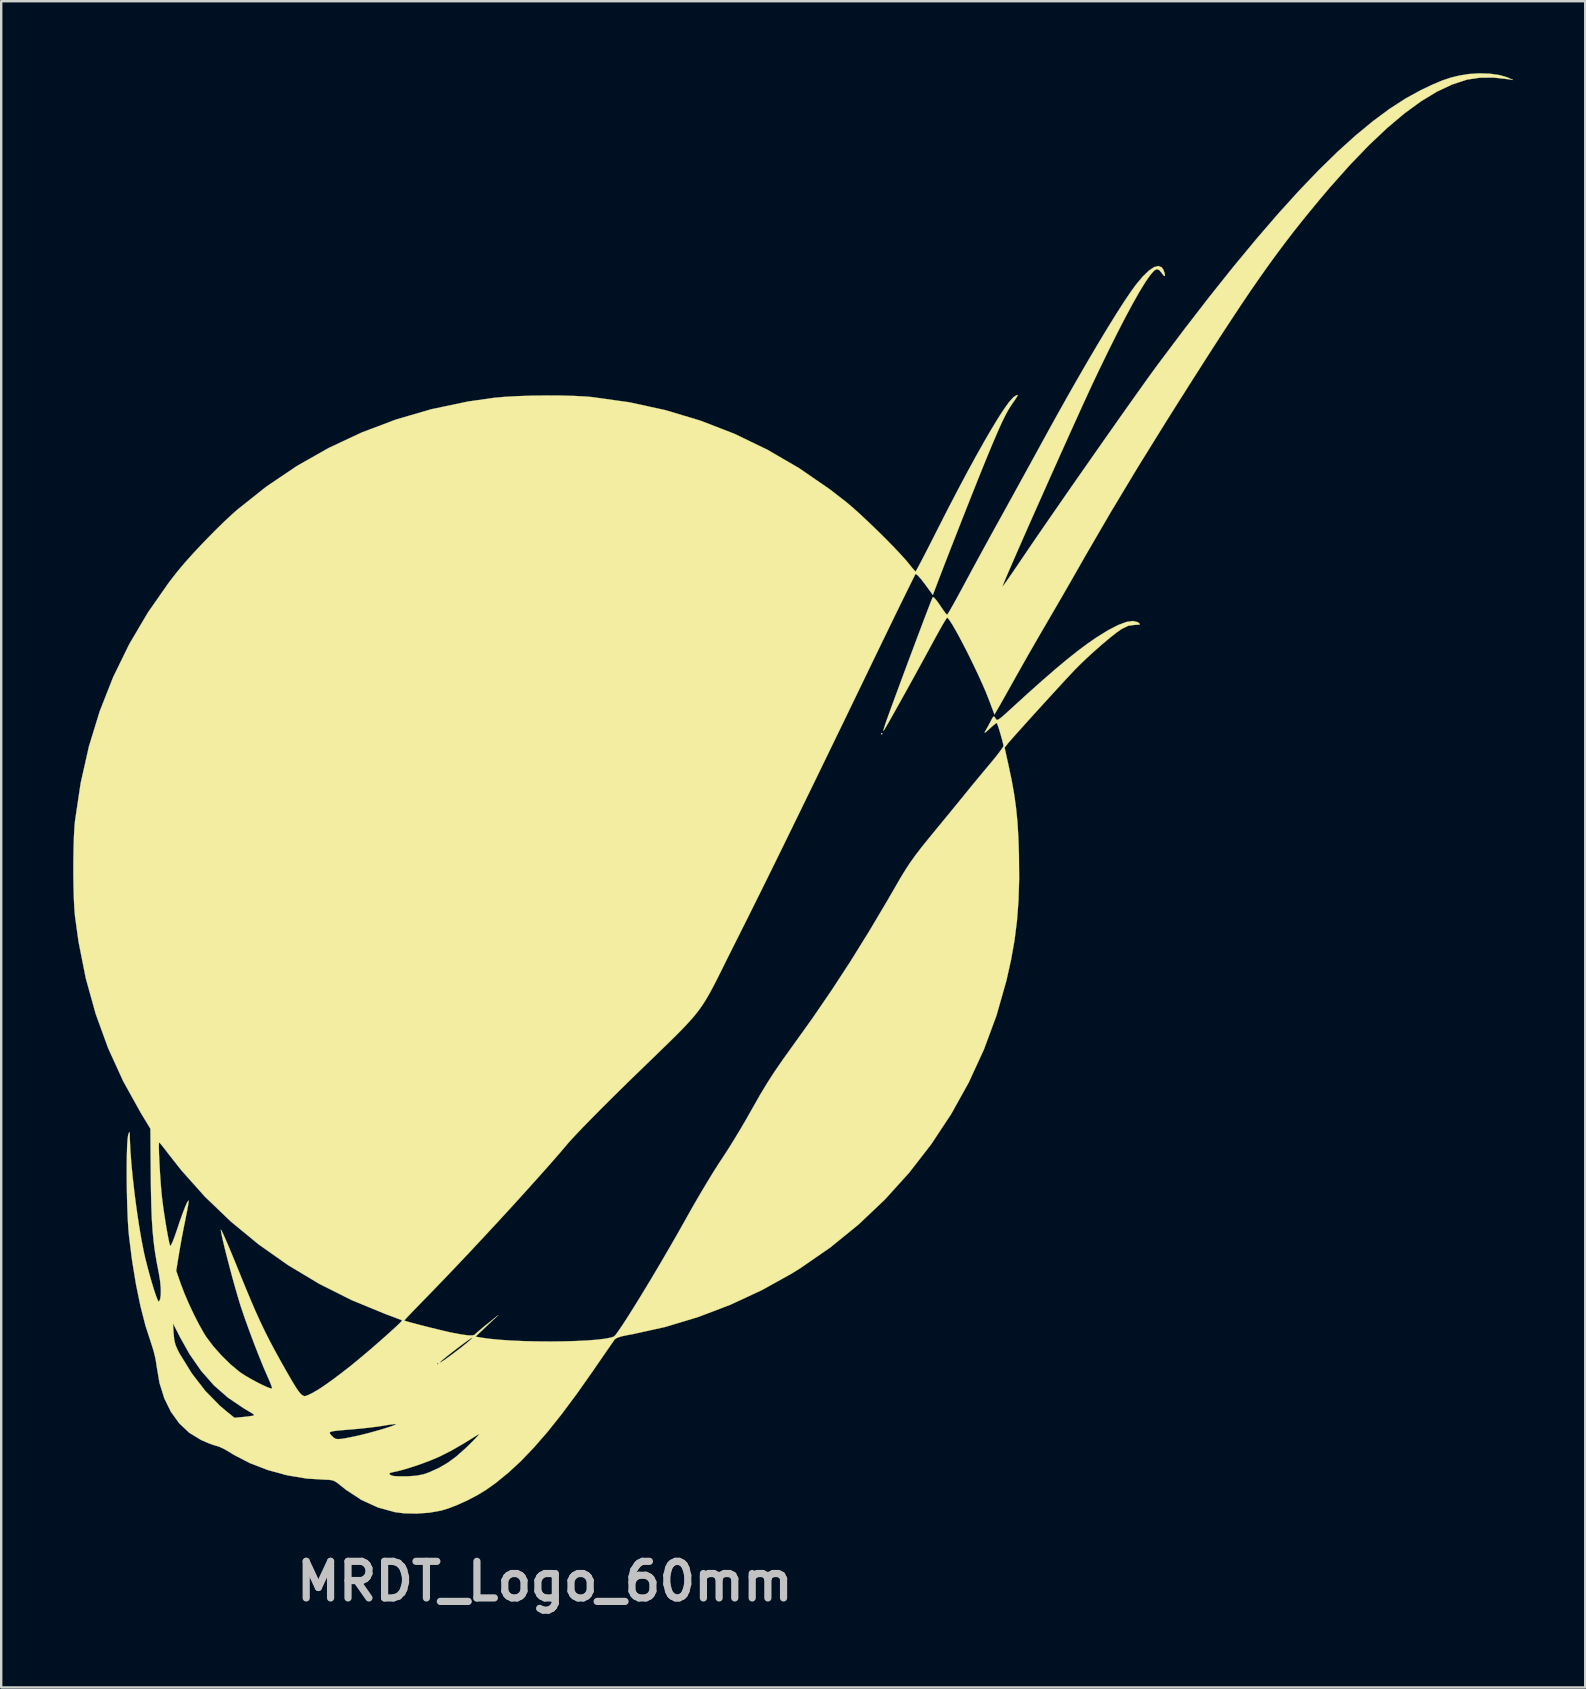
<source format=kicad_pcb>
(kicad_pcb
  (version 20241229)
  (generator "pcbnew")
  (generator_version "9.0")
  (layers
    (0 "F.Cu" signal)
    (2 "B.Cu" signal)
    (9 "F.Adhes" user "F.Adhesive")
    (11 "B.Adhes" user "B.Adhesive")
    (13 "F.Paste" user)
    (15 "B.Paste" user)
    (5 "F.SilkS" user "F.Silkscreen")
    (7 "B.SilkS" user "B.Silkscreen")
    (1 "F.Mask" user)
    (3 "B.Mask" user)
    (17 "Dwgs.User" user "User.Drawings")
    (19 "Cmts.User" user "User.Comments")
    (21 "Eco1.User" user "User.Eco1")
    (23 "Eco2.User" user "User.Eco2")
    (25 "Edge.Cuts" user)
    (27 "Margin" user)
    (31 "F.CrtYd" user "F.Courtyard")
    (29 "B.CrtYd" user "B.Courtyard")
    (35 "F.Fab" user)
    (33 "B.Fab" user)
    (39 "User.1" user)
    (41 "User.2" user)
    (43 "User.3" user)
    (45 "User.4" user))
  (footprint "MRDT_Logo_60mm"
    (layer "F.Cu")
    (at 29.985 30.006)
    (property "Reference" "MRDT_Logo_60mm" (at -10.338 32.817 0) (layer "Dwgs.User") (effects (font (size 1.524 1.524) (thickness 0.3))))
    (attr through_hole)
    (fp_poly (pts (xy 3.723 -2.492) (xy 3.693 -2.462) (xy 3.663 -2.492) (xy 3.693 -2.522) (xy 3.723 -2.492)) (stroke (width 0.01) (type solid)) (fill yes) (layer "F.SilkS"))
    (fp_poly (pts (xy 29.036 -29.985) (xy 29.429 -29.928) (xy 29.749 -29.835) (xy 29.798 -29.814) (xy 29.994 -29.723) (xy 29.813 -29.753) (xy 29.187 -29.824) (xy 28.599 -29.819) (xy 28.078 -29.74) (xy 28.057 -29.734) (xy 27.45 -29.535) (xy 26.817 -29.236) (xy 26.157 -28.835) (xy 25.467 -28.332) (xy 24.745 -27.724) (xy 23.989 -27.009) (xy 23.196 -26.186) (xy 22.365 -25.253) (xy 21.951 -24.765) (xy 21.568 -24.301) (xy 21.201 -23.85) (xy 20.846 -23.401) (xy 20.497 -22.947) (xy 20.147 -22.48) (xy 19.792 -21.991) (xy 19.425 -21.473) (xy 19.04 -20.916) (xy 18.633 -20.312) (xy 18.197 -19.653) (xy 17.726 -18.932) (xy 17.215 -18.138) (xy 16.658 -17.265) (xy 16.049 -16.304) (xy 15.537 -15.492) (xy 14.37 -13.61) (xy 13.247 -11.745) (xy 12.188 -9.926) (xy 11.921 -9.457) (xy 11.68 -9.035) (xy 11.401 -8.548) (xy 11.106 -8.038) (xy 10.819 -7.544) (xy 10.568 -7.113) (xy 10.317 -6.684) (xy 10.042 -6.208) (xy 9.764 -5.723) (xy 9.505 -5.266) (xy 9.284 -4.874) (xy 9.277 -4.862) (xy 9.087 -4.521) (xy 8.906 -4.199) (xy 8.748 -3.917) (xy 8.623 -3.696) (xy 8.544 -3.558) (xy 8.541 -3.554) (xy 8.39 -3.294) (xy 8.157 -3.914) (xy 8.035 -4.22) (xy 7.883 -4.572) (xy 7.709 -4.955) (xy 7.52 -5.353) (xy 7.325 -5.752) (xy 7.13 -6.136) (xy 6.944 -6.491) (xy 6.773 -6.802) (xy 6.627 -7.053) (xy 6.511 -7.231) (xy 6.435 -7.319) (xy 6.418 -7.326) (xy 6.378 -7.276) (xy 6.291 -7.136) (xy 6.168 -6.925) (xy 6.019 -6.659) (xy 5.883 -6.41) (xy 5.663 -6.005) (xy 5.428 -5.573) (xy 5.183 -5.127) (xy 4.937 -4.68) (xy 4.697 -4.246) (xy 4.469 -3.837) (xy 4.262 -3.466) (xy 4.081 -3.145) (xy 3.935 -2.889) (xy 3.831 -2.709) (xy 3.775 -2.619) (xy 3.77 -2.612) (xy 3.766 -2.638) (xy 3.798 -2.757) (xy 3.86 -2.947) (xy 3.922 -3.122) (xy 4.072 -3.536) (xy 4.239 -3.992) (xy 4.419 -4.478) (xy 4.605 -4.981) (xy 4.794 -5.488) (xy 4.981 -5.987) (xy 5.16 -6.465) (xy 5.328 -6.91) (xy 5.478 -7.308) (xy 5.608 -7.647) (xy 5.711 -7.913) (xy 5.783 -8.096) (xy 5.82 -8.18) (xy 5.822 -8.184) (xy 5.873 -8.161) (xy 5.968 -8.056) (xy 6.089 -7.89) (xy 6.123 -7.839) (xy 6.248 -7.654) (xy 6.35 -7.516) (xy 6.411 -7.45) (xy 6.417 -7.448) (xy 6.455 -7.499) (xy 6.541 -7.641) (xy 6.665 -7.859) (xy 6.82 -8.138) (xy 6.996 -8.463) (xy 7.086 -8.63) (xy 7.296 -9.021) (xy 7.548 -9.487) (xy 7.824 -9.995) (xy 8.108 -10.514) (xy 8.382 -11.014) (xy 8.549 -11.315) (xy 8.791 -11.753) (xy 9.075 -12.268) (xy 9.386 -12.833) (xy 9.709 -13.42) (xy 10.028 -14.002) (xy 10.328 -14.55) (xy 10.433 -14.742) (xy 10.919 -15.624) (xy 11.397 -16.478) (xy 11.861 -17.293) (xy 12.306 -18.061) (xy 12.727 -18.774) (xy 13.119 -19.423) (xy 13.476 -19.999) (xy 13.793 -20.494) (xy 14.066 -20.898) (xy 14.271 -21.182) (xy 14.56 -21.529) (xy 14.817 -21.779) (xy 15.038 -21.929) (xy 15.22 -21.976) (xy 15.358 -21.919) (xy 15.423 -21.824) (xy 15.482 -21.664) (xy 15.492 -21.57) (xy 15.458 -21.557) (xy 15.386 -21.642) (xy 15.37 -21.666) (xy 15.254 -21.807) (xy 15.147 -21.846) (xy 15.145 -21.846) (xy 15.032 -21.774) (xy 14.876 -21.594) (xy 14.678 -21.31) (xy 14.441 -20.924) (xy 14.166 -20.441) (xy 13.855 -19.864) (xy 13.51 -19.195) (xy 13.132 -18.439) (xy 12.725 -17.599) (xy 12.58 -17.294) (xy 12.437 -16.989) (xy 12.262 -16.611) (xy 12.06 -16.17) (xy 11.836 -15.676) (xy 11.593 -15.14) (xy 11.336 -14.569) (xy 11.069 -13.976) (xy 10.797 -13.369) (xy 10.525 -12.758) (xy 10.256 -12.154) (xy 9.995 -11.566) (xy 9.746 -11.004) (xy 9.514 -10.477) (xy 9.304 -9.997) (xy 9.119 -9.572) (xy 8.963 -9.213) (xy 8.843 -8.929) (xy 8.761 -8.731) (xy 8.722 -8.627) (xy 8.72 -8.615) (xy 8.756 -8.658) (xy 8.851 -8.787) (xy 8.993 -8.99) (xy 9.174 -9.252) (xy 9.384 -9.561) (xy 9.548 -9.803) (xy 9.82 -10.205) (xy 10.142 -10.677) (xy 10.507 -11.207) (xy 10.905 -11.783) (xy 11.328 -12.394) (xy 11.768 -13.027) (xy 12.218 -13.671) (xy 12.668 -14.315) (xy 13.111 -14.946) (xy 13.537 -15.552) (xy 13.94 -16.123) (xy 14.311 -16.645) (xy 14.641 -17.108) (xy 14.923 -17.5) (xy 15.147 -17.808) (xy 15.211 -17.894) (xy 16.307 -19.352) (xy 17.352 -20.704) (xy 18.349 -21.953) (xy 19.3 -23.101) (xy 20.206 -24.152) (xy 21.071 -25.106) (xy 21.896 -25.967) (xy 22.684 -26.736) (xy 23.438 -27.417) (xy 24.158 -28.011) (xy 24.848 -28.522) (xy 25.51 -28.95) (xy 26.146 -29.299) (xy 26.151 -29.301) (xy 26.625 -29.527) (xy 27.028 -29.697) (xy 27.391 -29.821) (xy 27.742 -29.907) (xy 28.111 -29.967) (xy 28.175 -29.975) (xy 28.606 -30.001) (xy 29.036 -29.985)) (stroke (width 0.01) (type solid)) (fill yes) (layer "F.SilkS"))
    (fp_poly (pts (xy 9.357 -16.597) (xy 9.325 -16.525) (xy 9.223 -16.371) (xy 9.164 -16.288) (xy 9.054 -16.126) (xy 8.947 -15.948) (xy 8.835 -15.74) (xy 8.711 -15.488) (xy 8.57 -15.178) (xy 8.404 -14.794) (xy 8.206 -14.324) (xy 8.03 -13.899) (xy 7.881 -13.531) (xy 7.696 -13.072) (xy 7.485 -12.541) (xy 7.254 -11.96) (xy 7.013 -11.347) (xy 6.769 -10.725) (xy 6.529 -10.112) (xy 6.303 -9.53) (xy 6.098 -8.998) (xy 5.923 -8.538) (xy 5.888 -8.445) (xy 5.823 -8.274) (xy 5.486 -8.735) (xy 5.337 -8.928) (xy 5.211 -9.07) (xy 5.126 -9.144) (xy 5.102 -9.147) (xy 5.068 -9.085) (xy 4.987 -8.925) (xy 4.863 -8.675) (xy 4.7 -8.343) (xy 4.502 -7.94) (xy 4.275 -7.475) (xy 4.023 -6.956) (xy 3.75 -6.392) (xy 3.46 -5.794) (xy 3.344 -5.554) (xy 2.679 -4.177) (xy 2.062 -2.9) (xy 1.488 -1.717) (xy 0.956 -0.62) (xy 0.46 0.398) (xy -0.002 1.346) (xy -0.434 2.229) (xy -0.84 3.056) (xy -1.224 3.835) (xy -1.589 4.572) (xy -1.939 5.275) (xy -2.278 5.951) (xy -2.47 6.335) (xy -2.732 6.857) (xy -2.955 7.306) (xy -3.147 7.692) (xy -3.318 8.026) (xy -3.474 8.316) (xy -3.624 8.575) (xy -3.775 8.812) (xy -3.935 9.038) (xy -4.113 9.263) (xy -4.317 9.496) (xy -4.553 9.75) (xy -4.831 10.033) (xy -5.158 10.356) (xy -5.541 10.729) (xy -5.99 11.163) (xy -6.512 11.669) (xy -6.755 11.905) (xy -7.195 12.335) (xy -7.625 12.76) (xy -8.034 13.169) (xy -8.411 13.55) (xy -8.745 13.893) (xy -9.024 14.185) (xy -9.238 14.415) (xy -9.363 14.556) (xy -9.702 14.955) (xy -10.113 15.426) (xy -10.584 15.956) (xy -11.103 16.533) (xy -11.657 17.144) (xy -12.236 17.775) (xy -12.827 18.413) (xy -13.418 19.046) (xy -13.997 19.659) (xy -14.551 20.24) (xy -15.07 20.777) (xy -15.154 20.864) (xy -15.441 21.158) (xy -15.698 21.423) (xy -15.912 21.645) (xy -16.073 21.815) (xy -16.171 21.921) (xy -16.195 21.951) (xy -16.122 21.977) (xy -15.954 22.025) (xy -15.717 22.089) (xy -15.433 22.163) (xy -15.126 22.241) (xy -14.82 22.316) (xy -14.537 22.384) (xy -14.301 22.438) (xy -14.21 22.457) (xy -13.824 22.53) (xy -13.544 22.568) (xy -13.359 22.572) (xy -13.261 22.544) (xy -13.247 22.528) (xy -13.19 22.472) (xy -13.06 22.359) (xy -12.879 22.209) (xy -12.748 22.103) (xy -12.28 21.727) (xy -12.754 22.174) (xy -13.227 22.621) (xy -13.024 22.658) (xy -12.663 22.71) (xy -12.23 22.752) (xy -11.742 22.785) (xy -11.215 22.808) (xy -10.666 22.821) (xy -10.11 22.825) (xy -9.565 22.819) (xy -9.047 22.804) (xy -8.571 22.781) (xy -8.155 22.748) (xy -7.815 22.706) (xy -7.567 22.656) (xy -7.46 22.617) (xy -7.391 22.546) (xy -7.27 22.381) (xy -7.102 22.134) (xy -6.894 21.813) (xy -6.653 21.431) (xy -6.385 20.997) (xy -6.096 20.523) (xy -5.793 20.018) (xy -5.483 19.494) (xy -5.172 18.96) (xy -4.866 18.429) (xy -4.572 17.91) (xy -4.412 17.624) (xy -4.159 17.175) (xy -3.887 16.707) (xy -3.612 16.245) (xy -3.351 15.816) (xy -3.118 15.447) (xy -2.97 15.222) (xy -2.748 14.884) (xy -2.491 14.473) (xy -2.218 14.022) (xy -1.95 13.566) (xy -1.707 13.138) (xy -1.682 13.094) (xy -1.384 12.567) (xy -1.09 12.079) (xy -0.781 11.599) (xy -0.434 11.094) (xy -0.038 10.542) (xy 0.811 9.356) (xy 1.613 8.184) (xy 2.387 6.998) (xy 3.151 5.768) (xy 3.925 4.466) (xy 4.285 3.843) (xy 4.5 3.472) (xy 4.697 3.152) (xy 4.891 2.858) (xy 5.102 2.564) (xy 5.346 2.246) (xy 5.642 1.878) (xy 5.853 1.621) (xy 6.144 1.268) (xy 6.433 0.916) (xy 6.704 0.585) (xy 6.941 0.295) (xy 7.128 0.066) (xy 7.205 -0.03) (xy 7.392 -0.26) (xy 7.628 -0.547) (xy 7.886 -0.858) (xy 8.137 -1.159) (xy 8.179 -1.209) (xy 8.384 -1.456) (xy 8.557 -1.676) (xy 8.686 -1.849) (xy 8.757 -1.958) (xy 8.767 -1.983) (xy 8.751 -2.073) (xy 8.71 -2.237) (xy 8.653 -2.439) (xy 8.593 -2.644) (xy 8.537 -2.818) (xy 8.498 -2.923) (xy 8.489 -2.939) (xy 8.437 -2.914) (xy 8.324 -2.825) (xy 8.184 -2.698) (xy 8.046 -2.574) (xy 7.981 -2.532) (xy 7.993 -2.577) (xy 7.997 -2.582) (xy 8.081 -2.728) (xy 8.184 -2.92) (xy 8.225 -2.999) (xy 8.307 -3.153) (xy 8.357 -3.212) (xy 8.396 -3.192) (xy 8.431 -3.133) (xy 8.463 -3.084) (xy 8.504 -3.067) (xy 8.569 -3.092) (xy 8.673 -3.169) (xy 8.832 -3.307) (xy 9.061 -3.516) (xy 9.1 -3.551) (xy 9.779 -4.171) (xy 10.385 -4.711) (xy 10.925 -5.18) (xy 11.409 -5.584) (xy 11.846 -5.932) (xy 12.244 -6.23) (xy 12.613 -6.486) (xy 12.64 -6.504) (xy 13.129 -6.807) (xy 13.547 -7.022) (xy 13.893 -7.15) (xy 14.164 -7.188) (xy 14.358 -7.138) (xy 14.381 -7.122) (xy 14.445 -7.066) (xy 14.433 -7.038) (xy 14.328 -7.029) (xy 14.228 -7.027) (xy 13.96 -6.988) (xy 13.695 -6.861) (xy 13.683 -6.853) (xy 13.472 -6.705) (xy 13.2 -6.49) (xy 12.888 -6.228) (xy 12.558 -5.939) (xy 12.232 -5.641) (xy 11.932 -5.354) (xy 11.709 -5.128) (xy 11.524 -4.93) (xy 11.289 -4.677) (xy 11.017 -4.382) (xy 10.721 -4.058) (xy 10.412 -3.719) (xy 10.102 -3.379) (xy 9.805 -3.051) (xy 9.533 -2.748) (xy 9.297 -2.485) (xy 9.11 -2.275) (xy 8.985 -2.131) (xy 8.944 -2.082) (xy 8.812 -1.913) (xy 8.974 -1.182) (xy 9.108 -0.546) (xy 9.211 0.035) (xy 9.289 0.597) (xy 9.346 1.172) (xy 9.384 1.796) (xy 9.408 2.501) (xy 9.41 2.588) (xy 9.418 3.564) (xy 9.391 4.455) (xy 9.328 5.292) (xy 9.226 6.106) (xy 9.08 6.929) (xy 8.89 7.782) (xy 8.474 9.245) (xy 7.948 10.666) (xy 7.317 12.037) (xy 6.585 13.353) (xy 5.755 14.608) (xy 4.833 15.797) (xy 3.822 16.914) (xy 2.726 17.953) (xy 1.551 18.908) (xy 0.299 19.773) (xy -0.066 20) (xy -1.313 20.691) (xy -2.616 21.296) (xy -3.957 21.807) (xy -5.316 22.217) (xy -6.671 22.517) (xy -6.815 22.542) (xy -7.131 22.606) (xy -7.335 22.673) (xy -7.433 22.741) (xy -7.487 22.819) (xy -7.6 22.981) (xy -7.759 23.212) (xy -7.956 23.497) (xy -8.18 23.822) (xy -8.357 24.079) (xy -9.016 25.014) (xy -9.636 25.847) (xy -10.223 26.583) (xy -10.785 27.23) (xy -11.328 27.797) (xy -11.86 28.29) (xy -12.386 28.718) (xy -12.783 29.001) (xy -13.133 29.214) (xy -13.535 29.426) (xy -13.953 29.618) (xy -14.347 29.773) (xy -14.655 29.867) (xy -15.147 29.955) (xy -15.68 29.993) (xy -16.201 29.982) (xy -16.585 29.933) (xy -17.296 29.737) (xy -17.978 29.425) (xy -18.63 28.998) (xy -18.855 28.817) (xy -19.029 28.681) (xy -19.171 28.611) (xy -19.332 28.585) (xy -19.447 28.583) (xy -20.251 28.535) (xy -21.068 28.399) (xy -21.262 28.346) (xy -16.824 28.346) (xy -16.741 28.399) (xy -16.663 28.423) (xy -16.549 28.436) (xy -16.352 28.442) (xy -16.109 28.441) (xy -16.033 28.439) (xy -15.682 28.414) (xy -15.393 28.356) (xy -15.145 28.269) (xy -14.739 28.084) (xy -14.376 27.871) (xy -14.023 27.61) (xy -13.648 27.277) (xy -13.515 27.149) (xy -13.319 26.954) (xy -13.173 26.802) (xy -13.088 26.705) (xy -13.076 26.675) (xy -13.09 26.683) (xy -13.711 27.068) (xy -14.247 27.376) (xy -14.704 27.607) (xy -14.726 27.618) (xy -15.048 27.756) (xy -15.417 27.897) (xy -15.799 28.03) (xy -16.162 28.143) (xy -16.471 28.226) (xy -16.634 28.259) (xy -16.788 28.299) (xy -16.824 28.346) (xy -21.262 28.346) (xy -21.868 28.182) (xy -22.626 27.891) (xy -23.312 27.536) (xy -23.49 27.423) (xy -23.697 27.303) (xy -23.9 27.209) (xy -24.019 27.172) (xy -24.175 27.126) (xy -24.395 27.042) (xy -24.634 26.937) (xy -24.669 26.921) (xy -25.15 26.627) (xy -25.151 26.627) (xy -19.303 26.627) (xy -19.283 26.674) (xy -19.227 26.739) (xy -19.214 26.753) (xy -19.139 26.827) (xy -19.064 26.873) (xy -18.966 26.891) (xy -18.823 26.882) (xy -18.61 26.847) (xy -18.305 26.787) (xy -18.276 26.781) (xy -18.031 26.726) (xy -17.749 26.656) (xy -17.454 26.576) (xy -17.167 26.494) (xy -16.909 26.415) (xy -16.702 26.346) (xy -16.568 26.294) (xy -16.529 26.264) (xy -16.529 26.264) (xy -16.594 26.264) (xy -16.749 26.282) (xy -16.964 26.315) (xy -17.055 26.331) (xy -17.317 26.371) (xy -17.655 26.413) (xy -18.025 26.453) (xy -18.372 26.485) (xy -18.742 26.515) (xy -19.006 26.54) (xy -19.178 26.564) (xy -19.273 26.591) (xy -19.303 26.627) (xy -25.151 26.627) (xy -25.566 26.236) (xy -25.915 25.755) (xy -26.192 25.19) (xy -26.392 24.548) (xy -26.513 23.836) (xy -26.518 23.789) (xy -26.56 23.53) (xy -26.635 23.224) (xy -26.726 22.933) (xy -26.734 22.908) (xy -26.969 22.185) (xy -27 22.067) (xy -25.83 22.067) (xy -25.803 22.497) (xy -25.777 22.758) (xy -25.723 22.973) (xy -25.624 23.197) (xy -25.549 23.338) (xy -25.038 24.164) (xy -24.483 24.882) (xy -23.881 25.496) (xy -23.629 25.711) (xy -23.268 26.003) (xy -22.878 25.966) (xy -22.675 25.943) (xy -22.525 25.921) (xy -22.463 25.904) (xy -22.45 25.888) (xy -22.461 25.867) (xy -22.516 25.827) (xy -22.633 25.755) (xy -22.83 25.638) (xy -22.878 25.61) (xy -23.534 25.168) (xy -24.124 24.651) (xy -24.655 24.048) (xy -25.14 23.349) (xy -25.531 22.651) (xy -25.83 22.067) (xy -27 22.067) (xy -27.183 21.356) (xy -27.372 20.438) (xy -27.534 19.442) (xy -27.661 18.435) (xy -27.689 18.12) (xy -27.712 17.738) (xy -27.73 17.305) (xy -27.744 16.841) (xy -27.753 16.363) (xy -27.757 15.89) (xy -27.756 15.441) (xy -27.75 15.032) (xy -27.739 14.682) (xy -27.722 14.411) (xy -27.699 14.235) (xy -27.691 14.201) (xy -27.657 14.11) (xy -27.639 14.106) (xy -27.63 14.2) (xy -27.627 14.351) (xy -27.607 14.828) (xy -27.565 15.395) (xy -27.504 16.023) (xy -27.428 16.685) (xy -27.339 17.354) (xy -27.243 18) (xy -27.141 18.598) (xy -27.039 19.118) (xy -26.989 19.336) (xy -26.897 19.702) (xy -26.8 20.063) (xy -26.703 20.4) (xy -26.611 20.697) (xy -26.531 20.936) (xy -26.467 21.098) (xy -26.426 21.166) (xy -26.42 21.166) (xy -26.365 21.069) (xy -26.337 20.878) (xy -26.337 20.616) (xy -26.365 20.307) (xy -26.419 19.974) (xy -26.422 19.961) (xy -26.509 19.513) (xy -26.58 19.085) (xy -26.636 18.655) (xy -26.679 18.204) (xy -26.711 17.711) (xy -26.733 17.156) (xy -26.747 16.517) (xy -26.754 15.913) (xy -26.764 14.743) (xy -26.418 14.743) (xy -26.412 14.976) (xy -26.4 15.267) (xy -26.383 15.594) (xy -26.362 15.936) (xy -26.338 16.273) (xy -26.312 16.584) (xy -26.295 16.753) (xy -26.262 17.035) (xy -26.218 17.358) (xy -26.166 17.699) (xy -26.112 18.034) (xy -26.058 18.34) (xy -26.01 18.593) (xy -25.97 18.769) (xy -25.947 18.839) (xy -25.914 18.815) (xy -25.855 18.695) (xy -25.776 18.497) (xy -25.687 18.242) (xy -25.676 18.209) (xy -25.541 17.806) (xy -25.42 17.468) (xy -25.318 17.205) (xy -25.24 17.031) (xy -25.189 16.955) (xy -25.178 16.955) (xy -25.18 17.02) (xy -25.204 17.179) (xy -25.246 17.409) (xy -25.302 17.686) (xy -25.307 17.713) (xy -25.384 18.092) (xy -25.466 18.52) (xy -25.54 18.935) (xy -25.579 19.162) (xy -25.696 19.879) (xy -25.513 20.403) (xy -25.361 20.804) (xy -25.172 21.245) (xy -24.963 21.691) (xy -24.749 22.11) (xy -24.548 22.468) (xy -24.435 22.646) (xy -24.149 23.025) (xy -23.801 23.416) (xy -23.429 23.78) (xy -23.068 24.081) (xy -23.019 24.117) (xy -22.837 24.237) (xy -22.613 24.368) (xy -22.371 24.5) (xy -22.135 24.62) (xy -21.929 24.715) (xy -21.777 24.774) (xy -21.702 24.785) (xy -21.701 24.783) (xy -21.712 24.721) (xy -21.764 24.578) (xy -21.846 24.384) (xy -21.864 24.344) (xy -22.042 23.936) (xy -22.241 23.447) (xy -22.45 22.913) (xy -22.654 22.367) (xy -22.842 21.845) (xy -22.999 21.379) (xy -23.057 21.197) (xy -23.157 20.862) (xy -23.265 20.484) (xy -23.376 20.081) (xy -23.485 19.673) (xy -23.588 19.277) (xy -23.679 18.914) (xy -23.753 18.601) (xy -23.807 18.358) (xy -23.834 18.204) (xy -23.836 18.169) (xy -23.815 18.192) (xy -23.753 18.315) (xy -23.658 18.526) (xy -23.534 18.812) (xy -23.387 19.163) (xy -23.221 19.566) (xy -23.095 19.876) (xy -22.831 20.524) (xy -22.599 21.08) (xy -22.39 21.566) (xy -22.192 22.002) (xy -21.997 22.409) (xy -21.795 22.809) (xy -21.575 23.221) (xy -21.329 23.668) (xy -21.302 23.716) (xy -21.062 24.14) (xy -20.871 24.47) (xy -20.721 24.717) (xy -20.603 24.892) (xy -20.51 25.006) (xy -20.433 25.07) (xy -20.365 25.097) (xy -20.333 25.1) (xy -20.224 25.068) (xy -20.045 24.981) (xy -19.823 24.855) (xy -19.657 24.75) (xy -19.412 24.582) (xy -19.109 24.362) (xy -18.781 24.115) (xy -18.463 23.867) (xy -18.374 23.796) (xy -18.316 23.749) (xy -14.832 23.749) (xy -14.802 23.779) (xy -14.772 23.749) (xy -14.802 23.719) (xy -14.832 23.749) (xy -18.316 23.749) (xy -18.254 23.698) (xy -14.712 23.698) (xy -14.666 23.687) (xy -14.528 23.599) (xy -14.301 23.435) (xy -13.983 23.195) (xy -13.822 23.071) (xy -13.62 22.91) (xy -13.463 22.777) (xy -13.369 22.687) (xy -13.351 22.657) (xy -13.404 22.683) (xy -13.53 22.768) (xy -13.708 22.896) (xy -13.917 23.052) (xy -14.137 23.22) (xy -14.347 23.385) (xy -14.527 23.529) (xy -14.655 23.638) (xy -14.711 23.695) (xy -14.712 23.698) (xy -18.254 23.698) (xy -18.116 23.584) (xy -17.832 23.346) (xy -17.536 23.094) (xy -17.243 22.839) (xy -16.966 22.595) (xy -16.719 22.372) (xy -16.514 22.185) (xy -16.368 22.044) (xy -16.292 21.961) (xy -16.285 21.946) (xy -16.345 21.919) (xy -16.495 21.861) (xy -16.714 21.778) (xy -16.978 21.68) (xy -16.992 21.675) (xy -18.39 21.099) (xy -19.74 20.421) (xy -21.034 19.645) (xy -22.263 18.779) (xy -23.419 17.828) (xy -24.494 16.798) (xy -25.48 15.695) (xy -26.028 14.997) (xy -26.179 14.798) (xy -26.305 14.641) (xy -26.386 14.548) (xy -26.407 14.531) (xy -26.416 14.588) (xy -26.418 14.743) (xy -26.764 14.743) (xy -26.77 13.961) (xy -27.171 13.3) (xy -27.904 11.98) (xy -28.53 10.607) (xy -29.049 9.18) (xy -29.461 7.698) (xy -29.766 6.161) (xy -29.911 5.104) (xy -29.939 4.77) (xy -29.96 4.343) (xy -29.973 3.851) (xy -29.98 3.322) (xy -29.979 2.782) (xy -29.97 2.26) (xy -29.955 1.782) (xy -29.932 1.377) (xy -29.911 1.141) (xy -29.675 -0.436) (xy -29.332 -1.961) (xy -28.88 -3.433) (xy -28.32 -4.854) (xy -27.651 -6.223) (xy -26.874 -7.541) (xy -25.989 -8.808) (xy -25.646 -9.247) (xy -25.341 -9.611) (xy -24.968 -10.027) (xy -24.554 -10.467) (xy -24.124 -10.907) (xy -23.704 -11.319) (xy -23.317 -11.679) (xy -23.148 -11.827) (xy -21.941 -12.786) (xy -20.671 -13.643) (xy -19.343 -14.396) (xy -17.963 -15.043) (xy -16.534 -15.582) (xy -15.062 -16.011) (xy -13.55 -16.329) (xy -12.46 -16.485) (xy -12.013 -16.525) (xy -11.48 -16.555) (xy -10.893 -16.574) (xy -10.282 -16.582) (xy -9.679 -16.579) (xy -9.115 -16.564) (xy -8.621 -16.538) (xy -8.377 -16.516) (xy -6.822 -16.299) (xy -5.315 -15.971) (xy -3.855 -15.533) (xy -2.441 -14.985) (xy -1.072 -14.324) (xy 0.254 -13.553) (xy 1.538 -12.668) (xy 2.222 -12.138) (xy 2.484 -11.916) (xy 2.796 -11.635) (xy 3.141 -11.312) (xy 3.5 -10.966) (xy 3.855 -10.615) (xy 4.188 -10.276) (xy 4.48 -9.967) (xy 4.713 -9.708) (xy 4.834 -9.561) (xy 4.961 -9.403) (xy 5.059 -9.291) (xy 5.104 -9.25) (xy 5.137 -9.302) (xy 5.218 -9.448) (xy 5.339 -9.676) (xy 5.494 -9.974) (xy 5.676 -10.329) (xy 5.879 -10.729) (xy 6.018 -11.004) (xy 6.449 -11.851) (xy 6.864 -12.648) (xy 7.258 -13.389) (xy 7.629 -14.068) (xy 7.972 -14.678) (xy 8.285 -15.214) (xy 8.563 -15.669) (xy 8.803 -16.037) (xy 9.001 -16.311) (xy 9.155 -16.486) (xy 9.215 -16.536) (xy 9.319 -16.598) (xy 9.357 -16.597)) (stroke (width 0.01) (type solid)) (fill yes) (layer "F.SilkS")))
  (gr_rect
    (start -3 -3)
    (end 62.983 67.241)
    (stroke (width 0.1) (type default))
    (fill no)
    (layer "Edge.Cuts")))
</source>
